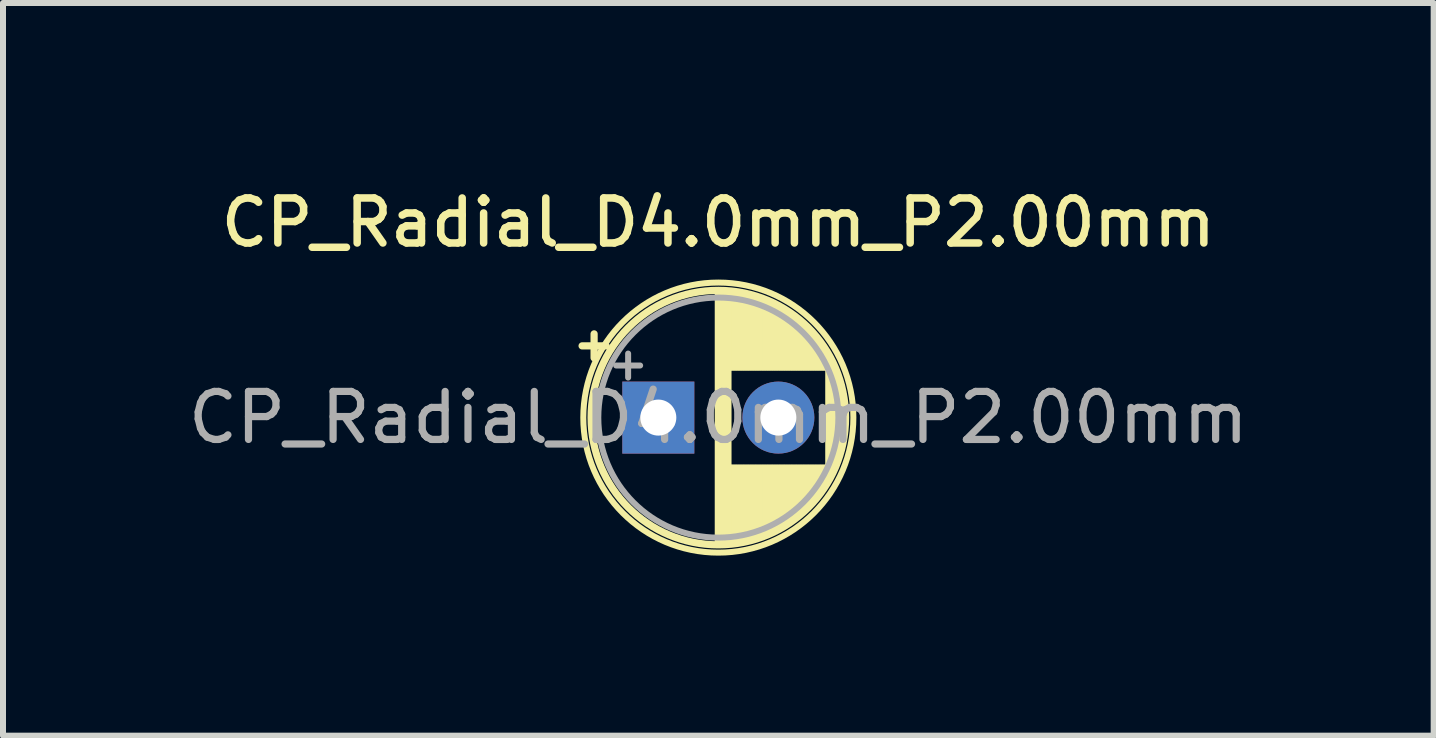
<source format=kicad_pcb>
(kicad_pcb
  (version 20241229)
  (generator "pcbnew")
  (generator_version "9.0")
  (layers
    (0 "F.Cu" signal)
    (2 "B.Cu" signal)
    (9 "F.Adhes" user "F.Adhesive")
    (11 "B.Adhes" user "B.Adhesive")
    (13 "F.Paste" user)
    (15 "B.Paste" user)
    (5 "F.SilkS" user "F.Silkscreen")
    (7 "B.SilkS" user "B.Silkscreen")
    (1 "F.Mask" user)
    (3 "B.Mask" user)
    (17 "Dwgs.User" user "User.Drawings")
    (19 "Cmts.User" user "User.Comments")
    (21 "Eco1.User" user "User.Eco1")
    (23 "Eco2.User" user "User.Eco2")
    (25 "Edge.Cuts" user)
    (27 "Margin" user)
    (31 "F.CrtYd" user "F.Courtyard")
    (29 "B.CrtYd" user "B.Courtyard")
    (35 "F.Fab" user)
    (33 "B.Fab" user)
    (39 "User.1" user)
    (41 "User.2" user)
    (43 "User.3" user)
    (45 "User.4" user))
  (footprint "CP_Radial_D4.0mm_P2.00mm"
    (layer "F.Cu")
    (at 7.919 3.908)
    (property "Reference" "CP_Radial_D4.0mm_P2.00mm" (at 1 -3.25 0) (layer "F.SilkS") (effects (font (size 0.75 0.75) (thickness 0.125))))
    (attr through_hole)
    (fp_line (start -1.27 -1.195) (end -0.87 -1.195) (stroke (width 0.12) (type solid)) (layer "F.SilkS"))
    (fp_line (start -1.07 -1.395) (end -1.07 -0.995) (stroke (width 0.12) (type solid)) (layer "F.SilkS"))
    (fp_line (start 1 -2.08) (end 1 2.08) (stroke (width 0.12) (type solid)) (layer "F.SilkS"))
    (fp_line (start 1.04 -2.08) (end 1.04 2.08) (stroke (width 0.12) (type solid)) (layer "F.SilkS"))
    (fp_line (start 1.08 -2.079) (end 1.08 2.079) (stroke (width 0.12) (type solid)) (layer "F.SilkS"))
    (fp_line (start 1.12 -2.077) (end 1.12 2.077) (stroke (width 0.12) (type solid)) (layer "F.SilkS"))
    (fp_line (start 1.16 -2.074) (end 1.16 2.074) (stroke (width 0.12) (type solid)) (layer "F.SilkS"))
    (fp_line (start 1.2 -2.071) (end 1.2 -0.84) (stroke (width 0.12) (type solid)) (layer "F.SilkS"))
    (fp_line (start 1.2 0.84) (end 1.2 2.071) (stroke (width 0.12) (type solid)) (layer "F.SilkS"))
    (fp_line (start 1.24 -2.067) (end 1.24 -0.84) (stroke (width 0.12) (type solid)) (layer "F.SilkS"))
    (fp_line (start 1.24 0.84) (end 1.24 2.067) (stroke (width 0.12) (type solid)) (layer "F.SilkS"))
    (fp_line (start 1.28 -2.062) (end 1.28 -0.84) (stroke (width 0.12) (type solid)) (layer "F.SilkS"))
    (fp_line (start 1.28 0.84) (end 1.28 2.062) (stroke (width 0.12) (type solid)) (layer "F.SilkS"))
    (fp_line (start 1.32 -2.056) (end 1.32 -0.84) (stroke (width 0.12) (type solid)) (layer "F.SilkS"))
    (fp_line (start 1.32 0.84) (end 1.32 2.056) (stroke (width 0.12) (type solid)) (layer "F.SilkS"))
    (fp_line (start 1.36 -2.05) (end 1.36 -0.84) (stroke (width 0.12) (type solid)) (layer "F.SilkS"))
    (fp_line (start 1.36 0.84) (end 1.36 2.05) (stroke (width 0.12) (type solid)) (layer "F.SilkS"))
    (fp_line (start 1.4 -2.042) (end 1.4 -0.84) (stroke (width 0.12) (type solid)) (layer "F.SilkS"))
    (fp_line (start 1.4 0.84) (end 1.4 2.042) (stroke (width 0.12) (type solid)) (layer "F.SilkS"))
    (fp_line (start 1.44 -2.034) (end 1.44 -0.84) (stroke (width 0.12) (type solid)) (layer "F.SilkS"))
    (fp_line (start 1.44 0.84) (end 1.44 2.034) (stroke (width 0.12) (type solid)) (layer "F.SilkS"))
    (fp_line (start 1.48 -2.025) (end 1.48 -0.84) (stroke (width 0.12) (type solid)) (layer "F.SilkS"))
    (fp_line (start 1.48 0.84) (end 1.48 2.025) (stroke (width 0.12) (type solid)) (layer "F.SilkS"))
    (fp_line (start 1.52 -2.016) (end 1.52 -0.84) (stroke (width 0.12) (type solid)) (layer "F.SilkS"))
    (fp_line (start 1.52 0.84) (end 1.52 2.016) (stroke (width 0.12) (type solid)) (layer "F.SilkS"))
    (fp_line (start 1.56 -2.005) (end 1.56 -0.84) (stroke (width 0.12) (type solid)) (layer "F.SilkS"))
    (fp_line (start 1.56 0.84) (end 1.56 2.005) (stroke (width 0.12) (type solid)) (layer "F.SilkS"))
    (fp_line (start 1.6 -1.994) (end 1.6 -0.84) (stroke (width 0.12) (type solid)) (layer "F.SilkS"))
    (fp_line (start 1.6 0.84) (end 1.6 1.994) (stroke (width 0.12) (type solid)) (layer "F.SilkS"))
    (fp_line (start 1.64 -1.982) (end 1.64 -0.84) (stroke (width 0.12) (type solid)) (layer "F.SilkS"))
    (fp_line (start 1.64 0.84) (end 1.64 1.982) (stroke (width 0.12) (type solid)) (layer "F.SilkS"))
    (fp_line (start 1.68 -1.968) (end 1.68 -0.84) (stroke (width 0.12) (type solid)) (layer "F.SilkS"))
    (fp_line (start 1.68 0.84) (end 1.68 1.968) (stroke (width 0.12) (type solid)) (layer "F.SilkS"))
    (fp_line (start 1.721 -1.954) (end 1.721 -0.84) (stroke (width 0.12) (type solid)) (layer "F.SilkS"))
    (fp_line (start 1.721 0.84) (end 1.721 1.954) (stroke (width 0.12) (type solid)) (layer "F.SilkS"))
    (fp_line (start 1.761 -1.94) (end 1.761 -0.84) (stroke (width 0.12) (type solid)) (layer "F.SilkS"))
    (fp_line (start 1.761 0.84) (end 1.761 1.94) (stroke (width 0.12) (type solid)) (layer "F.SilkS"))
    (fp_line (start 1.801 -1.924) (end 1.801 -0.84) (stroke (width 0.12) (type solid)) (layer "F.SilkS"))
    (fp_line (start 1.801 0.84) (end 1.801 1.924) (stroke (width 0.12) (type solid)) (layer "F.SilkS"))
    (fp_line (start 1.841 -1.907) (end 1.841 -0.84) (stroke (width 0.12) (type solid)) (layer "F.SilkS"))
    (fp_line (start 1.841 0.84) (end 1.841 1.907) (stroke (width 0.12) (type solid)) (layer "F.SilkS"))
    (fp_line (start 1.881 -1.889) (end 1.881 -0.84) (stroke (width 0.12) (type solid)) (layer "F.SilkS"))
    (fp_line (start 1.881 0.84) (end 1.881 1.889) (stroke (width 0.12) (type solid)) (layer "F.SilkS"))
    (fp_line (start 1.921 -1.87) (end 1.921 -0.84) (stroke (width 0.12) (type solid)) (layer "F.SilkS"))
    (fp_line (start 1.921 0.84) (end 1.921 1.87) (stroke (width 0.12) (type solid)) (layer "F.SilkS"))
    (fp_line (start 1.961 -1.851) (end 1.961 -0.84) (stroke (width 0.12) (type solid)) (layer "F.SilkS"))
    (fp_line (start 1.961 0.84) (end 1.961 1.851) (stroke (width 0.12) (type solid)) (layer "F.SilkS"))
    (fp_line (start 2.001 -1.83) (end 2.001 -0.84) (stroke (width 0.12) (type solid)) (layer "F.SilkS"))
    (fp_line (start 2.001 0.84) (end 2.001 1.83) (stroke (width 0.12) (type solid)) (layer "F.SilkS"))
    (fp_line (start 2.041 -1.808) (end 2.041 -0.84) (stroke (width 0.12) (type solid)) (layer "F.SilkS"))
    (fp_line (start 2.041 0.84) (end 2.041 1.808) (stroke (width 0.12) (type solid)) (layer "F.SilkS"))
    (fp_line (start 2.081 -1.785) (end 2.081 -0.84) (stroke (width 0.12) (type solid)) (layer "F.SilkS"))
    (fp_line (start 2.081 0.84) (end 2.081 1.785) (stroke (width 0.12) (type solid)) (layer "F.SilkS"))
    (fp_line (start 2.121 -1.76) (end 2.121 -0.84) (stroke (width 0.12) (type solid)) (layer "F.SilkS"))
    (fp_line (start 2.121 0.84) (end 2.121 1.76) (stroke (width 0.12) (type solid)) (layer "F.SilkS"))
    (fp_line (start 2.161 -1.735) (end 2.161 -0.84) (stroke (width 0.12) (type solid)) (layer "F.SilkS"))
    (fp_line (start 2.161 0.84) (end 2.161 1.735) (stroke (width 0.12) (type solid)) (layer "F.SilkS"))
    (fp_line (start 2.201 -1.708) (end 2.201 -0.84) (stroke (width 0.12) (type solid)) (layer "F.SilkS"))
    (fp_line (start 2.201 0.84) (end 2.201 1.708) (stroke (width 0.12) (type solid)) (layer "F.SilkS"))
    (fp_line (start 2.241 -1.68) (end 2.241 -0.84) (stroke (width 0.12) (type solid)) (layer "F.SilkS"))
    (fp_line (start 2.241 0.84) (end 2.241 1.68) (stroke (width 0.12) (type solid)) (layer "F.SilkS"))
    (fp_line (start 2.281 -1.65) (end 2.281 -0.84) (stroke (width 0.12) (type solid)) (layer "F.SilkS"))
    (fp_line (start 2.281 0.84) (end 2.281 1.65) (stroke (width 0.12) (type solid)) (layer "F.SilkS"))
    (fp_line (start 2.321 -1.619) (end 2.321 -0.84) (stroke (width 0.12) (type solid)) (layer "F.SilkS"))
    (fp_line (start 2.321 0.84) (end 2.321 1.619) (stroke (width 0.12) (type solid)) (layer "F.SilkS"))
    (fp_line (start 2.361 -1.587) (end 2.361 -0.84) (stroke (width 0.12) (type solid)) (layer "F.SilkS"))
    (fp_line (start 2.361 0.84) (end 2.361 1.587) (stroke (width 0.12) (type solid)) (layer "F.SilkS"))
    (fp_line (start 2.401 -1.552) (end 2.401 -0.84) (stroke (width 0.12) (type solid)) (layer "F.SilkS"))
    (fp_line (start 2.401 0.84) (end 2.401 1.552) (stroke (width 0.12) (type solid)) (layer "F.SilkS"))
    (fp_line (start 2.441 -1.516) (end 2.441 -0.84) (stroke (width 0.12) (type solid)) (layer "F.SilkS"))
    (fp_line (start 2.441 0.84) (end 2.441 1.516) (stroke (width 0.12) (type solid)) (layer "F.SilkS"))
    (fp_line (start 2.481 -1.478) (end 2.481 -0.84) (stroke (width 0.12) (type solid)) (layer "F.SilkS"))
    (fp_line (start 2.481 0.84) (end 2.481 1.478) (stroke (width 0.12) (type solid)) (layer "F.SilkS"))
    (fp_line (start 2.521 -1.438) (end 2.521 -0.84) (stroke (width 0.12) (type solid)) (layer "F.SilkS"))
    (fp_line (start 2.521 0.84) (end 2.521 1.438) (stroke (width 0.12) (type solid)) (layer "F.SilkS"))
    (fp_line (start 2.561 -1.396) (end 2.561 -0.84) (stroke (width 0.12) (type solid)) (layer "F.SilkS"))
    (fp_line (start 2.561 0.84) (end 2.561 1.396) (stroke (width 0.12) (type solid)) (layer "F.SilkS"))
    (fp_line (start 2.601 -1.351) (end 2.601 -0.84) (stroke (width 0.12) (type solid)) (layer "F.SilkS"))
    (fp_line (start 2.601 0.84) (end 2.601 1.351) (stroke (width 0.12) (type solid)) (layer "F.SilkS"))
    (fp_line (start 2.641 -1.304) (end 2.641 -0.84) (stroke (width 0.12) (type solid)) (layer "F.SilkS"))
    (fp_line (start 2.641 0.84) (end 2.641 1.304) (stroke (width 0.12) (type solid)) (layer "F.SilkS"))
    (fp_line (start 2.681 -1.254) (end 2.681 -0.84) (stroke (width 0.12) (type solid)) (layer "F.SilkS"))
    (fp_line (start 2.681 0.84) (end 2.681 1.254) (stroke (width 0.12) (type solid)) (layer "F.SilkS"))
    (fp_line (start 2.721 -1.2) (end 2.721 -0.84) (stroke (width 0.12) (type solid)) (layer "F.SilkS"))
    (fp_line (start 2.721 0.84) (end 2.721 1.2) (stroke (width 0.12) (type solid)) (layer "F.SilkS"))
    (fp_line (start 2.761 -1.142) (end 2.761 -0.84) (stroke (width 0.12) (type solid)) (layer "F.SilkS"))
    (fp_line (start 2.761 0.84) (end 2.761 1.142) (stroke (width 0.12) (type solid)) (layer "F.SilkS"))
    (fp_line (start 2.801 -1.08) (end 2.801 -0.84) (stroke (width 0.12) (type solid)) (layer "F.SilkS"))
    (fp_line (start 2.801 0.84) (end 2.801 1.08) (stroke (width 0.12) (type solid)) (layer "F.SilkS"))
    (fp_line (start 2.841 -1.013) (end 2.841 1.013) (stroke (width 0.12) (type solid)) (layer "F.SilkS"))
    (fp_line (start 2.881 -0.94) (end 2.881 0.94) (stroke (width 0.12) (type solid)) (layer "F.SilkS"))
    (fp_line (start 2.921 -0.859) (end 2.921 0.859) (stroke (width 0.12) (type solid)) (layer "F.SilkS"))
    (fp_line (start 2.961 -0.768) (end 2.961 0.768) (stroke (width 0.12) (type solid)) (layer "F.SilkS"))
    (fp_line (start 3.001 -0.664) (end 3.001 0.664) (stroke (width 0.12) (type solid)) (layer "F.SilkS"))
    (fp_line (start 3.041 -0.537) (end 3.041 0.537) (stroke (width 0.12) (type solid)) (layer "F.SilkS"))
    (fp_line (start 3.081 -0.37) (end 3.081 0.37) (stroke (width 0.12) (type solid)) (layer "F.SilkS"))
    (fp_circle (center 1 0) (end 3.12 0) (stroke (width 0.12) (type solid)) (fill no) (layer "F.SilkS"))
    (fp_circle (center 1 0) (end 3.25 0) (stroke (width 0.1) (type solid)) (fill no) (layer "F.SilkS"))
    (fp_line (start -0.703 -0.868) (end -0.303 -0.868) (stroke (width 0.1) (type solid)) (layer "F.Fab"))
    (fp_line (start -0.503 -1.067) (end -0.503 -0.667) (stroke (width 0.1) (type solid)) (layer "F.Fab"))
    (fp_circle (center 1 0) (end 3 0) (stroke (width 0.1) (type solid)) (fill no) (layer "F.Fab"))
    (fp_text user "${REFERENCE}" (at 1 0 0) (layer "F.Fab") (effects (font (size 0.8 0.8) (thickness 0.12))))
    (pad "1" thru_hole rect (at 0 0) (size 1.2 1.2) (drill 0.6) (layers "*.Cu" "*.Mask"))
    (pad "2" thru_hole circle (at 2 0) (size 1.2 1.2) (drill 0.6) (layers "*.Cu" "*.Mask")))
  (gr_rect
    (start -3 -3)
    (end 20.838 9.208)
    (stroke (width 0.1) (type default))
    (fill no)
    (layer "Edge.Cuts")))
</source>
